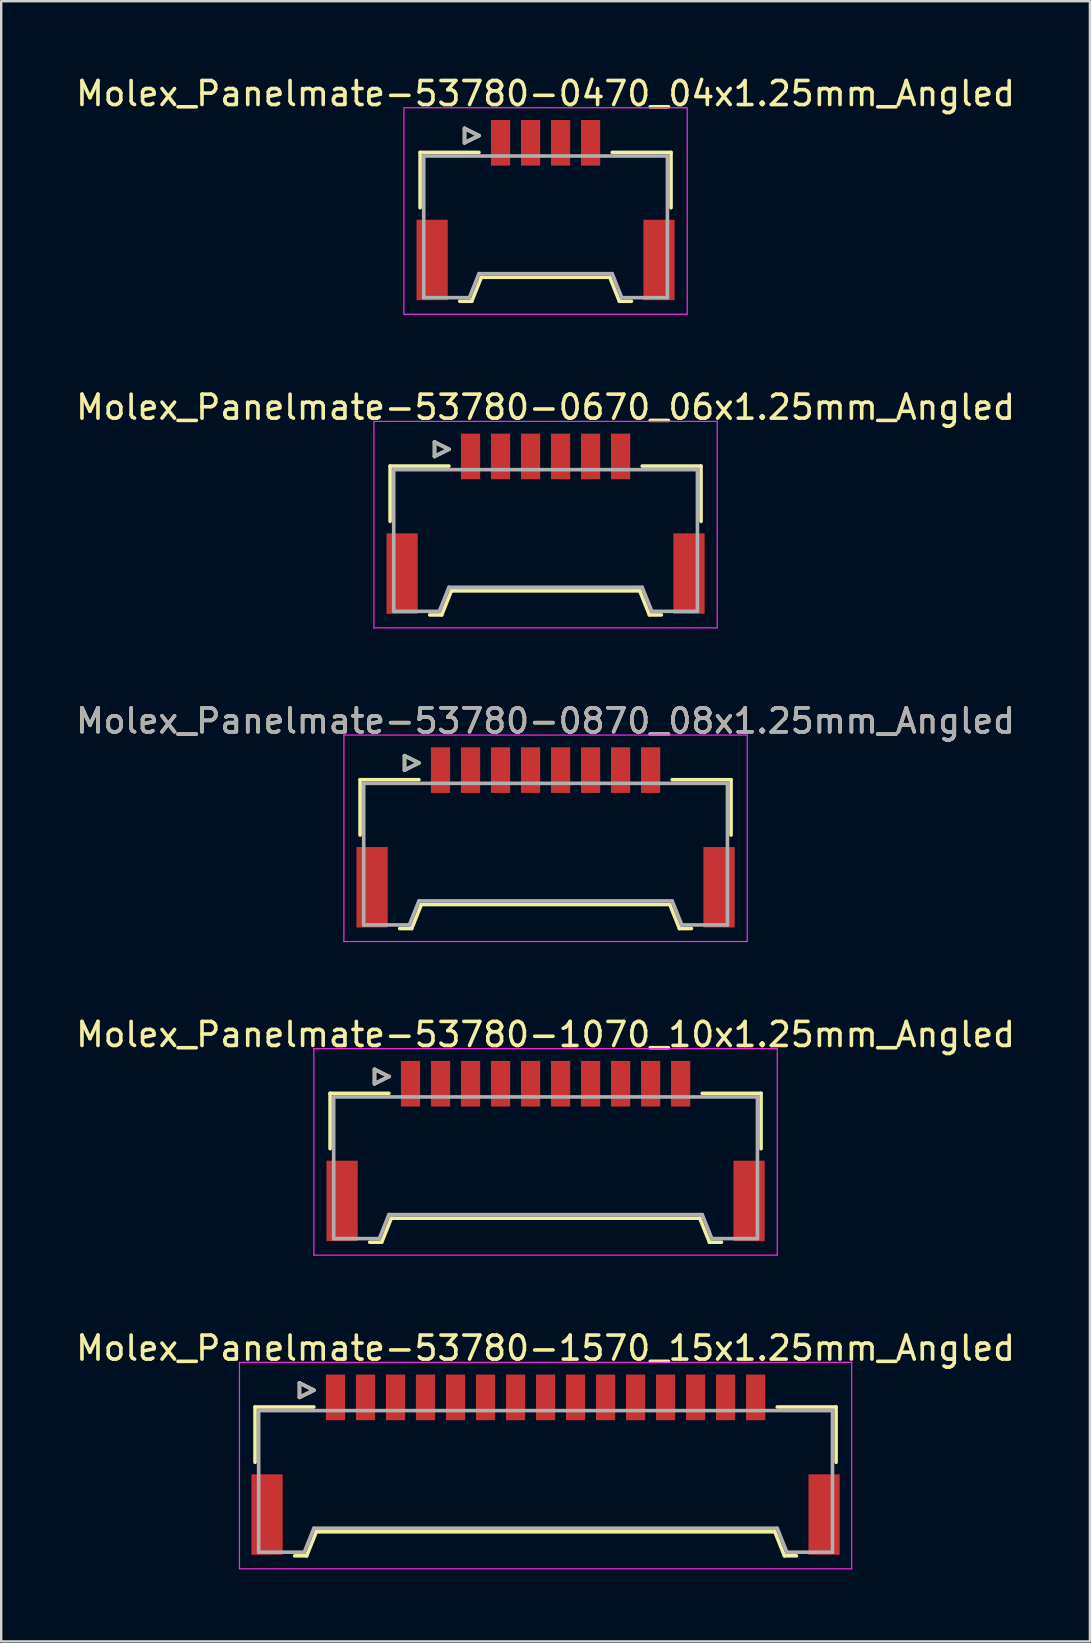
<source format=kicad_pcb>
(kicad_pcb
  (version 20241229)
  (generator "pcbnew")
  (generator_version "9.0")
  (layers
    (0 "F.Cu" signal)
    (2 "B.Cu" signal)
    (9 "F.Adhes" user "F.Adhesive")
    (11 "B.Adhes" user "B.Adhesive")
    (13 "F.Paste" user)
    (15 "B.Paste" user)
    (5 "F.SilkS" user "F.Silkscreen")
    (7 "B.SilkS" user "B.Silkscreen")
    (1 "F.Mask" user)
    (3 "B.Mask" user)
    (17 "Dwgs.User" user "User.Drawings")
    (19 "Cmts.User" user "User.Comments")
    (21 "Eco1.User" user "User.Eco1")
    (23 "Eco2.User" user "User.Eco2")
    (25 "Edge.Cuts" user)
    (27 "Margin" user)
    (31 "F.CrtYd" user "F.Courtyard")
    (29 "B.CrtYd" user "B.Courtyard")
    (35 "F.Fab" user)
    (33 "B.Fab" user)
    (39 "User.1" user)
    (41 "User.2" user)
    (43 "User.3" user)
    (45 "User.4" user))
  (footprint "Molex_Panelmate-53780-0870_08x1.25mm_Angled"
    (layer "F.Cu")
    (at 19.673 31.465)
    (property "Reference" "Molex_Panelmate-53780-0870_08x1.25mm_Angled" (at 0 -4.49 0) (layer "F.SilkS") (effects (font (size 1 1) (thickness 0.15))))
    (attr smd)
    (fp_line (start -7.725 -2.04) (end -7.725 0.265) (stroke (width 0.15) (type solid)) (layer "F.SilkS"))
    (fp_line (start -6.075 4.16) (end -5.575 4.16) (stroke (width 0.15) (type solid)) (layer "F.SilkS"))
    (fp_line (start -5.875 -3.04) (end -5.875 -2.44) (stroke (width 0.15) (type solid)) (layer "F.SilkS"))
    (fp_line (start -5.875 -2.44) (end -5.275 -2.74) (stroke (width 0.15) (type solid)) (layer "F.SilkS"))
    (fp_line (start -5.575 4.16) (end -5.175 3.16) (stroke (width 0.15) (type solid)) (layer "F.SilkS"))
    (fp_line (start -5.275 -2.74) (end -5.875 -3.04) (stroke (width 0.15) (type solid)) (layer "F.SilkS"))
    (fp_line (start -5.275 -2.04) (end -7.725 -2.04) (stroke (width 0.15) (type solid)) (layer "F.SilkS"))
    (fp_line (start -5.175 3.16) (end 5.175 3.16) (stroke (width 0.15) (type solid)) (layer "F.SilkS"))
    (fp_line (start 5.175 3.16) (end 5.575 4.16) (stroke (width 0.15) (type solid)) (layer "F.SilkS"))
    (fp_line (start 5.275 -2.04) (end 7.725 -2.04) (stroke (width 0.15) (type solid)) (layer "F.SilkS"))
    (fp_line (start 5.575 4.16) (end 6.075 4.16) (stroke (width 0.15) (type solid)) (layer "F.SilkS"))
    (fp_line (start 7.725 -2.04) (end 7.725 0.265) (stroke (width 0.15) (type solid)) (layer "F.SilkS"))
    (fp_line (start -8.4 -3.9) (end -8.4 4.7) (stroke (width 0.05) (type solid)) (layer "F.CrtYd"))
    (fp_line (start -8.4 4.7) (end 8.4 4.7) (stroke (width 0.05) (type solid)) (layer "F.CrtYd"))
    (fp_line (start 8.4 -3.9) (end -8.4 -3.9) (stroke (width 0.05) (type solid)) (layer "F.CrtYd"))
    (fp_line (start 8.4 4.7) (end 8.4 -3.9) (stroke (width 0.05) (type solid)) (layer "F.CrtYd"))
    (fp_line (start -7.575 -1.89) (end -7.575 4.01) (stroke (width 0.15) (type solid)) (layer "F.Fab"))
    (fp_line (start -7.575 4.01) (end -5.675 4.01) (stroke (width 0.15) (type solid)) (layer "F.Fab"))
    (fp_line (start -5.875 -3.04) (end -5.875 -2.44) (stroke (width 0.15) (type solid)) (layer "F.Fab"))
    (fp_line (start -5.875 -2.44) (end -5.275 -2.74) (stroke (width 0.15) (type solid)) (layer "F.Fab"))
    (fp_line (start -5.675 4.01) (end -5.275 3.01) (stroke (width 0.15) (type solid)) (layer "F.Fab"))
    (fp_line (start -5.275 -2.74) (end -5.875 -3.04) (stroke (width 0.15) (type solid)) (layer "F.Fab"))
    (fp_line (start -5.275 3.01) (end 5.275 3.01) (stroke (width 0.15) (type solid)) (layer "F.Fab"))
    (fp_line (start 5.275 3.01) (end 5.675 4.01) (stroke (width 0.15) (type solid)) (layer "F.Fab"))
    (fp_line (start 5.675 4.01) (end 7.575 4.01) (stroke (width 0.15) (type solid)) (layer "F.Fab"))
    (fp_line (start 7.575 -1.89) (end -7.575 -1.89) (stroke (width 0.15) (type solid)) (layer "F.Fab"))
    (fp_line (start 7.575 4.01) (end 7.575 -1.89) (stroke (width 0.15) (type solid)) (layer "F.Fab"))
    (fp_text user "${REFERENCE}" (at 0 -4.49 0) (layer "F.Fab") (effects (font (size 1 1) (thickness 0.15))))
    (pad "" smd rect (at -7.225 2.44) (size 1.3 3.35) (layers "F.Cu" "F.Mask" "F.Paste"))
    (pad "" smd rect (at 7.225 2.44) (size 1.3 3.35) (layers "F.Cu" "F.Mask" "F.Paste"))
    (pad "1" smd rect (at -4.375 -2.44) (size 0.8 1.9) (layers "F.Cu" "F.Mask" "F.Paste"))
    (pad "2" smd rect (at -3.125 -2.44) (size 0.8 1.9) (layers "F.Cu" "F.Mask" "F.Paste"))
    (pad "3" smd rect (at -1.875 -2.44) (size 0.8 1.9) (layers "F.Cu" "F.Mask" "F.Paste"))
    (pad "4" smd rect (at -0.625 -2.44) (size 0.8 1.9) (layers "F.Cu" "F.Mask" "F.Paste"))
    (pad "5" smd rect (at 0.625 -2.44) (size 0.8 1.9) (layers "F.Cu" "F.Mask" "F.Paste"))
    (pad "6" smd rect (at 1.875 -2.44) (size 0.8 1.9) (layers "F.Cu" "F.Mask" "F.Paste"))
    (pad "7" smd rect (at 3.125 -2.44) (size 0.8 1.9) (layers "F.Cu" "F.Mask" "F.Paste"))
    (pad "8" smd rect (at 4.375 -2.44) (size 0.8 1.9) (layers "F.Cu" "F.Mask" "F.Paste")))
  (footprint "Molex_Panelmate-53780-0470_04x1.25mm_Angled"
    (layer "F.Cu")
    (at 19.673 5.338)
    (property "Reference" "Molex_Panelmate-53780-0470_04x1.25mm_Angled" (at 0 -4.49 0) (layer "F.SilkS") (effects (font (size 1 1) (thickness 0.15))))
    (attr smd)
    (fp_line (start -5.225 -2.04) (end -5.225 0.265) (stroke (width 0.15) (type solid)) (layer "F.SilkS"))
    (fp_line (start -3.575 4.16) (end -3.075 4.16) (stroke (width 0.15) (type solid)) (layer "F.SilkS"))
    (fp_line (start -3.375 -3.04) (end -3.375 -2.44) (stroke (width 0.15) (type solid)) (layer "F.SilkS"))
    (fp_line (start -3.375 -2.44) (end -2.775 -2.74) (stroke (width 0.15) (type solid)) (layer "F.SilkS"))
    (fp_line (start -3.075 4.16) (end -2.675 3.16) (stroke (width 0.15) (type solid)) (layer "F.SilkS"))
    (fp_line (start -2.775 -2.74) (end -3.375 -3.04) (stroke (width 0.15) (type solid)) (layer "F.SilkS"))
    (fp_line (start -2.775 -2.04) (end -5.225 -2.04) (stroke (width 0.15) (type solid)) (layer "F.SilkS"))
    (fp_line (start -2.675 3.16) (end 2.675 3.16) (stroke (width 0.15) (type solid)) (layer "F.SilkS"))
    (fp_line (start 2.675 3.16) (end 3.075 4.16) (stroke (width 0.15) (type solid)) (layer "F.SilkS"))
    (fp_line (start 2.775 -2.04) (end 5.225 -2.04) (stroke (width 0.15) (type solid)) (layer "F.SilkS"))
    (fp_line (start 3.075 4.16) (end 3.575 4.16) (stroke (width 0.15) (type solid)) (layer "F.SilkS"))
    (fp_line (start 5.225 -2.04) (end 5.225 0.265) (stroke (width 0.15) (type solid)) (layer "F.SilkS"))
    (fp_line (start -5.9 -3.9) (end -5.9 4.7) (stroke (width 0.05) (type solid)) (layer "F.CrtYd"))
    (fp_line (start -5.9 4.7) (end 5.9 4.7) (stroke (width 0.05) (type solid)) (layer "F.CrtYd"))
    (fp_line (start 5.9 -3.9) (end -5.9 -3.9) (stroke (width 0.05) (type solid)) (layer "F.CrtYd"))
    (fp_line (start 5.9 4.7) (end 5.9 -3.9) (stroke (width 0.05) (type solid)) (layer "F.CrtYd"))
    (fp_line (start -5.075 -1.89) (end -5.075 4.01) (stroke (width 0.15) (type solid)) (layer "F.Fab"))
    (fp_line (start -5.075 4.01) (end -3.175 4.01) (stroke (width 0.15) (type solid)) (layer "F.Fab"))
    (fp_line (start -3.375 -3.04) (end -3.375 -2.44) (stroke (width 0.15) (type solid)) (layer "F.Fab"))
    (fp_line (start -3.375 -2.44) (end -2.775 -2.74) (stroke (width 0.15) (type solid)) (layer "F.Fab"))
    (fp_line (start -3.175 4.01) (end -2.775 3.01) (stroke (width 0.15) (type solid)) (layer "F.Fab"))
    (fp_line (start -2.775 -2.74) (end -3.375 -3.04) (stroke (width 0.15) (type solid)) (layer "F.Fab"))
    (fp_line (start -2.775 3.01) (end 2.775 3.01) (stroke (width 0.15) (type solid)) (layer "F.Fab"))
    (fp_line (start 2.775 3.01) (end 3.175 4.01) (stroke (width 0.15) (type solid)) (layer "F.Fab"))
    (fp_line (start 3.175 4.01) (end 5.075 4.01) (stroke (width 0.15) (type solid)) (layer "F.Fab"))
    (fp_line (start 5.075 -1.89) (end -5.075 -1.89) (stroke (width 0.15) (type solid)) (layer "F.Fab"))
    (fp_line (start 5.075 4.01) (end 5.075 -1.89) (stroke (width 0.15) (type solid)) (layer "F.Fab"))
    (pad "" smd rect (at -4.725 2.44) (size 1.3 3.35) (layers "F.Cu" "F.Mask" "F.Paste"))
    (pad "" smd rect (at 4.725 2.44) (size 1.3 3.35) (layers "F.Cu" "F.Mask" "F.Paste"))
    (pad "1" smd rect (at -1.875 -2.44) (size 0.8 1.9) (layers "F.Cu" "F.Mask" "F.Paste"))
    (pad "2" smd rect (at -0.625 -2.44) (size 0.8 1.9) (layers "F.Cu" "F.Mask" "F.Paste"))
    (pad "3" smd rect (at 0.625 -2.44) (size 0.8 1.9) (layers "F.Cu" "F.Mask" "F.Paste"))
    (pad "4" smd rect (at 1.875 -2.44) (size 0.8 1.9) (layers "F.Cu" "F.Mask" "F.Paste")))
  (footprint "Molex_Panelmate-53780-1570_15x1.25mm_Angled"
    (layer "F.Cu")
    (at 19.673 57.591)
    (property "Reference" "Molex_Panelmate-53780-1570_15x1.25mm_Angled" (at 0 -4.49 0) (layer "F.SilkS") (effects (font (size 1 1) (thickness 0.15))))
    (attr smd)
    (fp_line (start -12.1 -2.04) (end -12.1 0.265) (stroke (width 0.15) (type solid)) (layer "F.SilkS"))
    (fp_line (start -10.45 4.16) (end -9.95 4.16) (stroke (width 0.15) (type solid)) (layer "F.SilkS"))
    (fp_line (start -10.25 -3.04) (end -10.25 -2.44) (stroke (width 0.15) (type solid)) (layer "F.SilkS"))
    (fp_line (start -10.25 -2.44) (end -9.65 -2.74) (stroke (width 0.15) (type solid)) (layer "F.SilkS"))
    (fp_line (start -9.95 4.16) (end -9.55 3.16) (stroke (width 0.15) (type solid)) (layer "F.SilkS"))
    (fp_line (start -9.65 -2.74) (end -10.25 -3.04) (stroke (width 0.15) (type solid)) (layer "F.SilkS"))
    (fp_line (start -9.65 -2.04) (end -12.1 -2.04) (stroke (width 0.15) (type solid)) (layer "F.SilkS"))
    (fp_line (start -9.55 3.16) (end 9.55 3.16) (stroke (width 0.15) (type solid)) (layer "F.SilkS"))
    (fp_line (start 9.55 3.16) (end 9.95 4.16) (stroke (width 0.15) (type solid)) (layer "F.SilkS"))
    (fp_line (start 9.65 -2.04) (end 12.1 -2.04) (stroke (width 0.15) (type solid)) (layer "F.SilkS"))
    (fp_line (start 9.95 4.16) (end 10.45 4.16) (stroke (width 0.15) (type solid)) (layer "F.SilkS"))
    (fp_line (start 12.1 -2.04) (end 12.1 0.265) (stroke (width 0.15) (type solid)) (layer "F.SilkS"))
    (fp_line (start -12.75 -3.9) (end -12.75 4.7) (stroke (width 0.05) (type solid)) (layer "F.CrtYd"))
    (fp_line (start -12.75 4.7) (end 12.75 4.7) (stroke (width 0.05) (type solid)) (layer "F.CrtYd"))
    (fp_line (start 12.75 -3.9) (end -12.75 -3.9) (stroke (width 0.05) (type solid)) (layer "F.CrtYd"))
    (fp_line (start 12.75 4.7) (end 12.75 -3.9) (stroke (width 0.05) (type solid)) (layer "F.CrtYd"))
    (fp_line (start -11.95 -1.89) (end -11.95 4.01) (stroke (width 0.15) (type solid)) (layer "F.Fab"))
    (fp_line (start -11.95 4.01) (end -10.05 4.01) (stroke (width 0.15) (type solid)) (layer "F.Fab"))
    (fp_line (start -10.25 -3.04) (end -10.25 -2.44) (stroke (width 0.15) (type solid)) (layer "F.Fab"))
    (fp_line (start -10.25 -2.44) (end -9.65 -2.74) (stroke (width 0.15) (type solid)) (layer "F.Fab"))
    (fp_line (start -10.05 4.01) (end -9.65 3.01) (stroke (width 0.15) (type solid)) (layer "F.Fab"))
    (fp_line (start -9.65 -2.74) (end -10.25 -3.04) (stroke (width 0.15) (type solid)) (layer "F.Fab"))
    (fp_line (start -9.65 3.01) (end 9.65 3.01) (stroke (width 0.15) (type solid)) (layer "F.Fab"))
    (fp_line (start 9.65 3.01) (end 10.05 4.01) (stroke (width 0.15) (type solid)) (layer "F.Fab"))
    (fp_line (start 10.05 4.01) (end 11.95 4.01) (stroke (width 0.15) (type solid)) (layer "F.Fab"))
    (fp_line (start 11.95 -1.89) (end -11.95 -1.89) (stroke (width 0.15) (type solid)) (layer "F.Fab"))
    (fp_line (start 11.95 4.01) (end 11.95 -1.89) (stroke (width 0.15) (type solid)) (layer "F.Fab"))
    (pad "" smd rect (at -11.6 2.44) (size 1.3 3.35) (layers "F.Cu" "F.Mask" "F.Paste"))
    (pad "" smd rect (at 11.6 2.44) (size 1.3 3.35) (layers "F.Cu" "F.Mask" "F.Paste"))
    (pad "1" smd rect (at -8.75 -2.44) (size 0.8 1.9) (layers "F.Cu" "F.Mask" "F.Paste"))
    (pad "2" smd rect (at -7.5 -2.44) (size 0.8 1.9) (layers "F.Cu" "F.Mask" "F.Paste"))
    (pad "3" smd rect (at -6.25 -2.44) (size 0.8 1.9) (layers "F.Cu" "F.Mask" "F.Paste"))
    (pad "4" smd rect (at -5 -2.44) (size 0.8 1.9) (layers "F.Cu" "F.Mask" "F.Paste"))
    (pad "5" smd rect (at -3.75 -2.44) (size 0.8 1.9) (layers "F.Cu" "F.Mask" "F.Paste"))
    (pad "6" smd rect (at -2.5 -2.44) (size 0.8 1.9) (layers "F.Cu" "F.Mask" "F.Paste"))
    (pad "7" smd rect (at -1.25 -2.44) (size 0.8 1.9) (layers "F.Cu" "F.Mask" "F.Paste"))
    (pad "8" smd rect (at 0 -2.44) (size 0.8 1.9) (layers "F.Cu" "F.Mask" "F.Paste"))
    (pad "9" smd rect (at 1.25 -2.44) (size 0.8 1.9) (layers "F.Cu" "F.Mask" "F.Paste"))
    (pad "10" smd rect (at 2.5 -2.44) (size 0.8 1.9) (layers "F.Cu" "F.Mask" "F.Paste"))
    (pad "11" smd rect (at 3.75 -2.44) (size 0.8 1.9) (layers "F.Cu" "F.Mask" "F.Paste"))
    (pad "12" smd rect (at 5 -2.44) (size 0.8 1.9) (layers "F.Cu" "F.Mask" "F.Paste"))
    (pad "13" smd rect (at 6.25 -2.44) (size 0.8 1.9) (layers "F.Cu" "F.Mask" "F.Paste"))
    (pad "14" smd rect (at 7.5 -2.44) (size 0.8 1.9) (layers "F.Cu" "F.Mask" "F.Paste"))
    (pad "15" smd rect (at 8.75 -2.44) (size 0.8 1.9) (layers "F.Cu" "F.Mask" "F.Paste")))
  (footprint "Molex_Panelmate-53780-1070_10x1.25mm_Angled"
    (layer "F.Cu")
    (at 19.673 44.528)
    (property "Reference" "Molex_Panelmate-53780-1070_10x1.25mm_Angled" (at 0 -4.49 0) (layer "F.SilkS") (effects (font (size 1 1) (thickness 0.15))))
    (attr smd)
    (fp_line (start -8.975 -2.04) (end -8.975 0.265) (stroke (width 0.15) (type solid)) (layer "F.SilkS"))
    (fp_line (start -7.325 4.16) (end -6.825 4.16) (stroke (width 0.15) (type solid)) (layer "F.SilkS"))
    (fp_line (start -7.125 -3.04) (end -7.125 -2.44) (stroke (width 0.15) (type solid)) (layer "F.SilkS"))
    (fp_line (start -7.125 -2.44) (end -6.525 -2.74) (stroke (width 0.15) (type solid)) (layer "F.SilkS"))
    (fp_line (start -6.825 4.16) (end -6.425 3.16) (stroke (width 0.15) (type solid)) (layer "F.SilkS"))
    (fp_line (start -6.525 -2.74) (end -7.125 -3.04) (stroke (width 0.15) (type solid)) (layer "F.SilkS"))
    (fp_line (start -6.525 -2.04) (end -8.975 -2.04) (stroke (width 0.15) (type solid)) (layer "F.SilkS"))
    (fp_line (start -6.425 3.16) (end 6.425 3.16) (stroke (width 0.15) (type solid)) (layer "F.SilkS"))
    (fp_line (start 6.425 3.16) (end 6.825 4.16) (stroke (width 0.15) (type solid)) (layer "F.SilkS"))
    (fp_line (start 6.525 -2.04) (end 8.975 -2.04) (stroke (width 0.15) (type solid)) (layer "F.SilkS"))
    (fp_line (start 6.825 4.16) (end 7.325 4.16) (stroke (width 0.15) (type solid)) (layer "F.SilkS"))
    (fp_line (start 8.975 -2.04) (end 8.975 0.265) (stroke (width 0.15) (type solid)) (layer "F.SilkS"))
    (fp_line (start -9.65 -3.9) (end -9.65 4.7) (stroke (width 0.05) (type solid)) (layer "F.CrtYd"))
    (fp_line (start -9.65 4.7) (end 9.65 4.7) (stroke (width 0.05) (type solid)) (layer "F.CrtYd"))
    (fp_line (start 9.65 -3.9) (end -9.65 -3.9) (stroke (width 0.05) (type solid)) (layer "F.CrtYd"))
    (fp_line (start 9.65 4.7) (end 9.65 -3.9) (stroke (width 0.05) (type solid)) (layer "F.CrtYd"))
    (fp_line (start -8.825 -1.89) (end -8.825 4.01) (stroke (width 0.15) (type solid)) (layer "F.Fab"))
    (fp_line (start -8.825 4.01) (end -6.925 4.01) (stroke (width 0.15) (type solid)) (layer "F.Fab"))
    (fp_line (start -7.125 -3.04) (end -7.125 -2.44) (stroke (width 0.15) (type solid)) (layer "F.Fab"))
    (fp_line (start -7.125 -2.44) (end -6.525 -2.74) (stroke (width 0.15) (type solid)) (layer "F.Fab"))
    (fp_line (start -6.925 4.01) (end -6.525 3.01) (stroke (width 0.15) (type solid)) (layer "F.Fab"))
    (fp_line (start -6.525 -2.74) (end -7.125 -3.04) (stroke (width 0.15) (type solid)) (layer "F.Fab"))
    (fp_line (start -6.525 3.01) (end 6.525 3.01) (stroke (width 0.15) (type solid)) (layer "F.Fab"))
    (fp_line (start 6.525 3.01) (end 6.925 4.01) (stroke (width 0.15) (type solid)) (layer "F.Fab"))
    (fp_line (start 6.925 4.01) (end 8.825 4.01) (stroke (width 0.15) (type solid)) (layer "F.Fab"))
    (fp_line (start 8.825 -1.89) (end -8.825 -1.89) (stroke (width 0.15) (type solid)) (layer "F.Fab"))
    (fp_line (start 8.825 4.01) (end 8.825 -1.89) (stroke (width 0.15) (type solid)) (layer "F.Fab"))
    (pad "" smd rect (at -8.475 2.44) (size 1.3 3.35) (layers "F.Cu" "F.Mask" "F.Paste"))
    (pad "" smd rect (at 8.475 2.44) (size 1.3 3.35) (layers "F.Cu" "F.Mask" "F.Paste"))
    (pad "1" smd rect (at -5.625 -2.44) (size 0.8 1.9) (layers "F.Cu" "F.Mask" "F.Paste"))
    (pad "2" smd rect (at -4.375 -2.44) (size 0.8 1.9) (layers "F.Cu" "F.Mask" "F.Paste"))
    (pad "3" smd rect (at -3.125 -2.44) (size 0.8 1.9) (layers "F.Cu" "F.Mask" "F.Paste"))
    (pad "4" smd rect (at -1.875 -2.44) (size 0.8 1.9) (layers "F.Cu" "F.Mask" "F.Paste"))
    (pad "5" smd rect (at -0.625 -2.44) (size 0.8 1.9) (layers "F.Cu" "F.Mask" "F.Paste"))
    (pad "6" smd rect (at 0.625 -2.44) (size 0.8 1.9) (layers "F.Cu" "F.Mask" "F.Paste"))
    (pad "7" smd rect (at 1.875 -2.44) (size 0.8 1.9) (layers "F.Cu" "F.Mask" "F.Paste"))
    (pad "8" smd rect (at 3.125 -2.44) (size 0.8 1.9) (layers "F.Cu" "F.Mask" "F.Paste"))
    (pad "9" smd rect (at 4.375 -2.44) (size 0.8 1.9) (layers "F.Cu" "F.Mask" "F.Paste"))
    (pad "10" smd rect (at 5.625 -2.44) (size 0.8 1.9) (layers "F.Cu" "F.Mask" "F.Paste")))
  (footprint "Molex_Panelmate-53780-0670_06x1.25mm_Angled"
    (layer "F.Cu")
    (at 19.673 18.401)
    (property "Reference" "Molex_Panelmate-53780-0670_06x1.25mm_Angled" (at 0 -4.49 0) (layer "F.SilkS") (effects (font (size 1 1) (thickness 0.15))))
    (attr smd)
    (fp_line (start -6.475 -2.04) (end -6.475 0.265) (stroke (width 0.15) (type solid)) (layer "F.SilkS"))
    (fp_line (start -4.825 4.16) (end -4.325 4.16) (stroke (width 0.15) (type solid)) (layer "F.SilkS"))
    (fp_line (start -4.625 -3.04) (end -4.625 -2.44) (stroke (width 0.15) (type solid)) (layer "F.SilkS"))
    (fp_line (start -4.625 -2.44) (end -4.025 -2.74) (stroke (width 0.15) (type solid)) (layer "F.SilkS"))
    (fp_line (start -4.325 4.16) (end -3.925 3.16) (stroke (width 0.15) (type solid)) (layer "F.SilkS"))
    (fp_line (start -4.025 -2.74) (end -4.625 -3.04) (stroke (width 0.15) (type solid)) (layer "F.SilkS"))
    (fp_line (start -4.025 -2.04) (end -6.475 -2.04) (stroke (width 0.15) (type solid)) (layer "F.SilkS"))
    (fp_line (start -3.925 3.16) (end 3.925 3.16) (stroke (width 0.15) (type solid)) (layer "F.SilkS"))
    (fp_line (start 3.925 3.16) (end 4.325 4.16) (stroke (width 0.15) (type solid)) (layer "F.SilkS"))
    (fp_line (start 4.025 -2.04) (end 6.475 -2.04) (stroke (width 0.15) (type solid)) (layer "F.SilkS"))
    (fp_line (start 4.325 4.16) (end 4.825 4.16) (stroke (width 0.15) (type solid)) (layer "F.SilkS"))
    (fp_line (start 6.475 -2.04) (end 6.475 0.265) (stroke (width 0.15) (type solid)) (layer "F.SilkS"))
    (fp_line (start -7.15 -3.9) (end -7.15 4.7) (stroke (width 0.05) (type solid)) (layer "F.CrtYd"))
    (fp_line (start -7.15 4.7) (end 7.15 4.7) (stroke (width 0.05) (type solid)) (layer "F.CrtYd"))
    (fp_line (start 7.15 -3.9) (end -7.15 -3.9) (stroke (width 0.05) (type solid)) (layer "F.CrtYd"))
    (fp_line (start 7.15 4.7) (end 7.15 -3.9) (stroke (width 0.05) (type solid)) (layer "F.CrtYd"))
    (fp_line (start -6.325 -1.89) (end -6.325 4.01) (stroke (width 0.15) (type solid)) (layer "F.Fab"))
    (fp_line (start -6.325 4.01) (end -4.425 4.01) (stroke (width 0.15) (type solid)) (layer "F.Fab"))
    (fp_line (start -4.625 -3.04) (end -4.625 -2.44) (stroke (width 0.15) (type solid)) (layer "F.Fab"))
    (fp_line (start -4.625 -2.44) (end -4.025 -2.74) (stroke (width 0.15) (type solid)) (layer "F.Fab"))
    (fp_line (start -4.425 4.01) (end -4.025 3.01) (stroke (width 0.15) (type solid)) (layer "F.Fab"))
    (fp_line (start -4.025 -2.74) (end -4.625 -3.04) (stroke (width 0.15) (type solid)) (layer "F.Fab"))
    (fp_line (start -4.025 3.01) (end 4.025 3.01) (stroke (width 0.15) (type solid)) (layer "F.Fab"))
    (fp_line (start 4.025 3.01) (end 4.425 4.01) (stroke (width 0.15) (type solid)) (layer "F.Fab"))
    (fp_line (start 4.425 4.01) (end 6.325 4.01) (stroke (width 0.15) (type solid)) (layer "F.Fab"))
    (fp_line (start 6.325 -1.89) (end -6.325 -1.89) (stroke (width 0.15) (type solid)) (layer "F.Fab"))
    (fp_line (start 6.325 4.01) (end 6.325 -1.89) (stroke (width 0.15) (type solid)) (layer "F.Fab"))
    (pad "" smd rect (at -5.975 2.44) (size 1.3 3.35) (layers "F.Cu" "F.Mask" "F.Paste"))
    (pad "" smd rect (at 5.975 2.44) (size 1.3 3.35) (layers "F.Cu" "F.Mask" "F.Paste"))
    (pad "1" smd rect (at -3.125 -2.44) (size 0.8 1.9) (layers "F.Cu" "F.Mask" "F.Paste"))
    (pad "2" smd rect (at -1.875 -2.44) (size 0.8 1.9) (layers "F.Cu" "F.Mask" "F.Paste"))
    (pad "3" smd rect (at -0.625 -2.44) (size 0.8 1.9) (layers "F.Cu" "F.Mask" "F.Paste"))
    (pad "4" smd rect (at 0.625 -2.44) (size 0.8 1.9) (layers "F.Cu" "F.Mask" "F.Paste"))
    (pad "5" smd rect (at 1.875 -2.44) (size 0.8 1.9) (layers "F.Cu" "F.Mask" "F.Paste"))
    (pad "6" smd rect (at 3.125 -2.44) (size 0.8 1.9) (layers "F.Cu" "F.Mask" "F.Paste")))
  (gr_rect
    (start -3 -3)
    (end 42.345 65.316)
    (stroke (width 0.1) (type default))
    (fill no)
    (layer "Edge.Cuts")))
</source>
